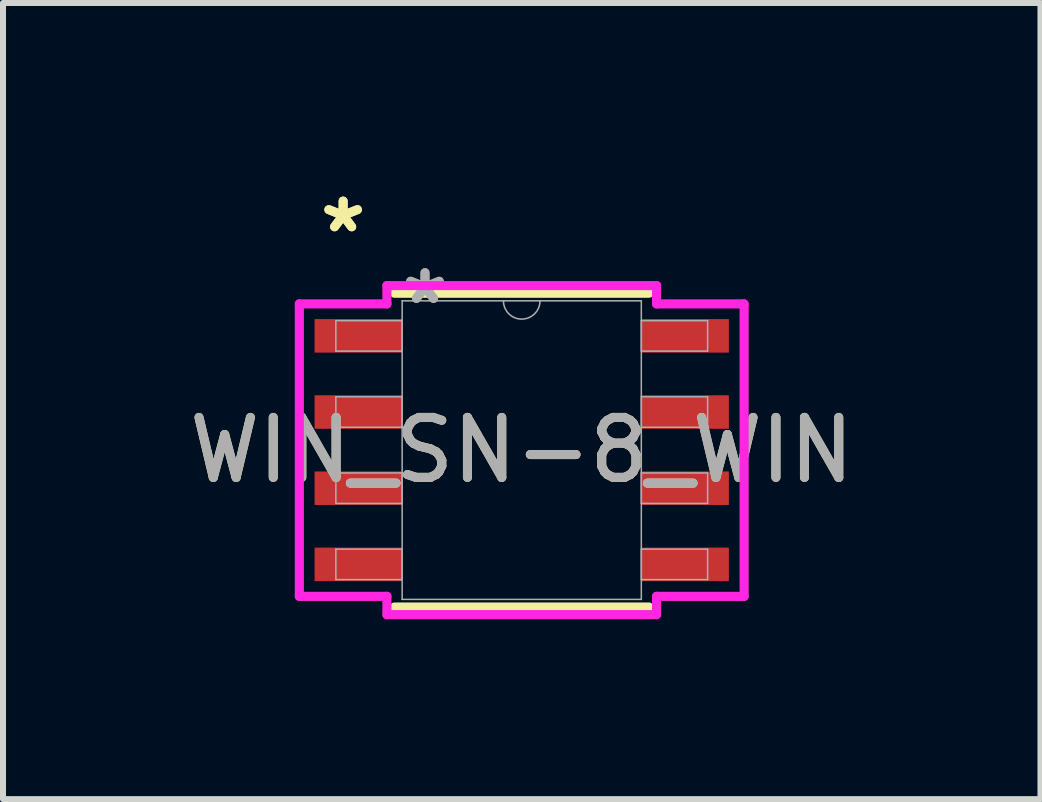
<source format=kicad_pcb>
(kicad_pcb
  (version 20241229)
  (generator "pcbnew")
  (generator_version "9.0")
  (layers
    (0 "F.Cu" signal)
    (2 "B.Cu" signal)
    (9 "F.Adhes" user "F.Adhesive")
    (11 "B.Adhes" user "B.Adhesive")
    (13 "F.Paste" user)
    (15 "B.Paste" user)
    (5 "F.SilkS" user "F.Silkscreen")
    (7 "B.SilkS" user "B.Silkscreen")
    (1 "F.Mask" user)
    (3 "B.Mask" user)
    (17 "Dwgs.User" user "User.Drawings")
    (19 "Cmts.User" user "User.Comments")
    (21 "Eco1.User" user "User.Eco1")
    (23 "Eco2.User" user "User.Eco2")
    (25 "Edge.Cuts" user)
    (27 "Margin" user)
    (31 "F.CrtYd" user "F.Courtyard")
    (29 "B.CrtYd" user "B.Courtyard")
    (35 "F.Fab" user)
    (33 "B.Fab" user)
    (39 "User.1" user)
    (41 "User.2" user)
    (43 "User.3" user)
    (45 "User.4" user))
  (footprint "WIN_SN-8_WIN"
    (layer "F.Cu")
    (at 5.649 4.455)
    (property "Reference" "WIN_SN-8_WIN" (at 0 0 0) (unlocked yes) (layer "F.SilkS") (effects (font (size 1 1) (thickness 0.15))))
    (attr smd)
    (fp_line (start -2.121 2.616) (end 2.121 2.616) (stroke (width 0.152) (type solid)) (layer "F.SilkS"))
    (fp_line (start 2.121 -2.616) (end -2.121 -2.616) (stroke (width 0.152) (type solid)) (layer "F.SilkS"))
    (fp_line (start -3.708 -2.438) (end -2.248 -2.438) (stroke (width 0.152) (type solid)) (layer "F.CrtYd"))
    (fp_line (start -3.708 2.438) (end -3.708 -2.438) (stroke (width 0.152) (type solid)) (layer "F.CrtYd"))
    (fp_line (start -3.708 2.438) (end -2.248 2.438) (stroke (width 0.152) (type solid)) (layer "F.CrtYd"))
    (fp_line (start -2.248 -2.743) (end 2.248 -2.743) (stroke (width 0.152) (type solid)) (layer "F.CrtYd"))
    (fp_line (start -2.248 -2.438) (end -2.248 -2.743) (stroke (width 0.152) (type solid)) (layer "F.CrtYd"))
    (fp_line (start -2.248 2.743) (end -2.248 2.438) (stroke (width 0.152) (type solid)) (layer "F.CrtYd"))
    (fp_line (start 2.248 -2.743) (end 2.248 -2.438) (stroke (width 0.152) (type solid)) (layer "F.CrtYd"))
    (fp_line (start 2.248 2.438) (end 2.248 2.743) (stroke (width 0.152) (type solid)) (layer "F.CrtYd"))
    (fp_line (start 2.248 2.743) (end -2.248 2.743) (stroke (width 0.152) (type solid)) (layer "F.CrtYd"))
    (fp_line (start 3.708 -2.438) (end 2.248 -2.438) (stroke (width 0.152) (type solid)) (layer "F.CrtYd"))
    (fp_line (start 3.708 -2.438) (end 3.708 2.438) (stroke (width 0.152) (type solid)) (layer "F.CrtYd"))
    (fp_line (start 3.708 2.438) (end 2.248 2.438) (stroke (width 0.152) (type solid)) (layer "F.CrtYd"))
    (fp_line (start -3.099 -2.159) (end -3.099 -1.651) (stroke (width 0.025) (type solid)) (layer "F.Fab"))
    (fp_line (start -3.099 -1.651) (end -1.994 -1.651) (stroke (width 0.025) (type solid)) (layer "F.Fab"))
    (fp_line (start -3.099 -0.889) (end -3.099 -0.381) (stroke (width 0.025) (type solid)) (layer "F.Fab"))
    (fp_line (start -3.099 -0.381) (end -1.994 -0.381) (stroke (width 0.025) (type solid)) (layer "F.Fab"))
    (fp_line (start -3.099 0.381) (end -3.099 0.889) (stroke (width 0.025) (type solid)) (layer "F.Fab"))
    (fp_line (start -3.099 0.889) (end -1.994 0.889) (stroke (width 0.025) (type solid)) (layer "F.Fab"))
    (fp_line (start -3.099 1.651) (end -3.099 2.159) (stroke (width 0.025) (type solid)) (layer "F.Fab"))
    (fp_line (start -3.099 2.159) (end -1.994 2.159) (stroke (width 0.025) (type solid)) (layer "F.Fab"))
    (fp_line (start -1.994 -2.489) (end -1.994 2.489) (stroke (width 0.025) (type solid)) (layer "F.Fab"))
    (fp_line (start -1.994 -2.159) (end -3.099 -2.159) (stroke (width 0.025) (type solid)) (layer "F.Fab"))
    (fp_line (start -1.994 -1.651) (end -1.994 -2.159) (stroke (width 0.025) (type solid)) (layer "F.Fab"))
    (fp_line (start -1.994 -0.889) (end -3.099 -0.889) (stroke (width 0.025) (type solid)) (layer "F.Fab"))
    (fp_line (start -1.994 -0.381) (end -1.994 -0.889) (stroke (width 0.025) (type solid)) (layer "F.Fab"))
    (fp_line (start -1.994 0.381) (end -3.099 0.381) (stroke (width 0.025) (type solid)) (layer "F.Fab"))
    (fp_line (start -1.994 0.889) (end -1.994 0.381) (stroke (width 0.025) (type solid)) (layer "F.Fab"))
    (fp_line (start -1.994 1.651) (end -3.099 1.651) (stroke (width 0.025) (type solid)) (layer "F.Fab"))
    (fp_line (start -1.994 2.159) (end -1.994 1.651) (stroke (width 0.025) (type solid)) (layer "F.Fab"))
    (fp_line (start -1.994 2.489) (end 1.994 2.489) (stroke (width 0.025) (type solid)) (layer "F.Fab"))
    (fp_line (start 1.994 -2.489) (end -1.994 -2.489) (stroke (width 0.025) (type solid)) (layer "F.Fab"))
    (fp_line (start 1.994 -2.159) (end 1.994 -1.651) (stroke (width 0.025) (type solid)) (layer "F.Fab"))
    (fp_line (start 1.994 -1.651) (end 3.099 -1.651) (stroke (width 0.025) (type solid)) (layer "F.Fab"))
    (fp_line (start 1.994 -0.889) (end 1.994 -0.381) (stroke (width 0.025) (type solid)) (layer "F.Fab"))
    (fp_line (start 1.994 -0.381) (end 3.099 -0.381) (stroke (width 0.025) (type solid)) (layer "F.Fab"))
    (fp_line (start 1.994 0.381) (end 1.994 0.889) (stroke (width 0.025) (type solid)) (layer "F.Fab"))
    (fp_line (start 1.994 0.889) (end 3.099 0.889) (stroke (width 0.025) (type solid)) (layer "F.Fab"))
    (fp_line (start 1.994 1.651) (end 1.994 2.159) (stroke (width 0.025) (type solid)) (layer "F.Fab"))
    (fp_line (start 1.994 2.159) (end 3.099 2.159) (stroke (width 0.025) (type solid)) (layer "F.Fab"))
    (fp_line (start 1.994 2.489) (end 1.994 -2.489) (stroke (width 0.025) (type solid)) (layer "F.Fab"))
    (fp_line (start 3.099 -2.159) (end 1.994 -2.159) (stroke (width 0.025) (type solid)) (layer "F.Fab"))
    (fp_line (start 3.099 -1.651) (end 3.099 -2.159) (stroke (width 0.025) (type solid)) (layer "F.Fab"))
    (fp_line (start 3.099 -0.889) (end 1.994 -0.889) (stroke (width 0.025) (type solid)) (layer "F.Fab"))
    (fp_line (start 3.099 -0.381) (end 3.099 -0.889) (stroke (width 0.025) (type solid)) (layer "F.Fab"))
    (fp_line (start 3.099 0.381) (end 1.994 0.381) (stroke (width 0.025) (type solid)) (layer "F.Fab"))
    (fp_line (start 3.099 0.889) (end 3.099 0.381) (stroke (width 0.025) (type solid)) (layer "F.Fab"))
    (fp_line (start 3.099 1.651) (end 1.994 1.651) (stroke (width 0.025) (type solid)) (layer "F.Fab"))
    (fp_line (start 3.099 2.159) (end 3.099 1.651) (stroke (width 0.025) (type solid)) (layer "F.Fab"))
    (fp_arc (start 0.3048 -2.4892) (mid 0 -2.1844) (end -0.3048 -2.4892) (stroke (width 0.0254) (type solid)) (layer "F.Fab"))
    (fp_text user "*" (at -2.978 -3.607 0) (unlocked yes) (layer "F.SilkS") (effects (font (size 1 1) (thickness 0.15))))
    (fp_text user "*" (at -2.978 -3.607 0) (layer "F.SilkS") (effects (font (size 1 1) (thickness 0.15))))
    (fp_text user "*" (at -1.613 -2.413 0) (layer "F.Fab") (effects (font (size 1 1) (thickness 0.15))))
    (fp_text user "${REFERENCE}" (at 0 0 0) (unlocked yes) (layer "F.Fab") (effects (font (size 1 1) (thickness 0.15))))
    (fp_text user "*" (at -1.613 -2.413 0) (unlocked yes) (layer "F.Fab") (effects (font (size 1 1) (thickness 0.15))))
    (pad "1" smd rect (at -2.724 -1.905) (size 1.46 0.559) (layers "F.Cu" "F.Mask" "F.Paste"))
    (pad "2" smd rect (at -2.724 -0.635) (size 1.46 0.559) (layers "F.Cu" "F.Mask" "F.Paste"))
    (pad "3" smd rect (at -2.724 0.635) (size 1.46 0.559) (layers "F.Cu" "F.Mask" "F.Paste"))
    (pad "4" smd rect (at -2.724 1.905) (size 1.46 0.559) (layers "F.Cu" "F.Mask" "F.Paste"))
    (pad "5" smd rect (at 2.724 1.905) (size 1.46 0.559) (layers "F.Cu" "F.Mask" "F.Paste"))
    (pad "6" smd rect (at 2.724 0.635) (size 1.46 0.559) (layers "F.Cu" "F.Mask" "F.Paste"))
    (pad "7" smd rect (at 2.724 -0.635) (size 1.46 0.559) (layers "F.Cu" "F.Mask" "F.Paste"))
    (pad "8" smd rect (at 2.724 -1.905) (size 1.46 0.559) (layers "F.Cu" "F.Mask" "F.Paste")))
  (gr_rect
    (start -3 -3)
    (end 14.298 10.274)
    (stroke (width 0.1) (type default))
    (fill no)
    (layer "Edge.Cuts")))
</source>
